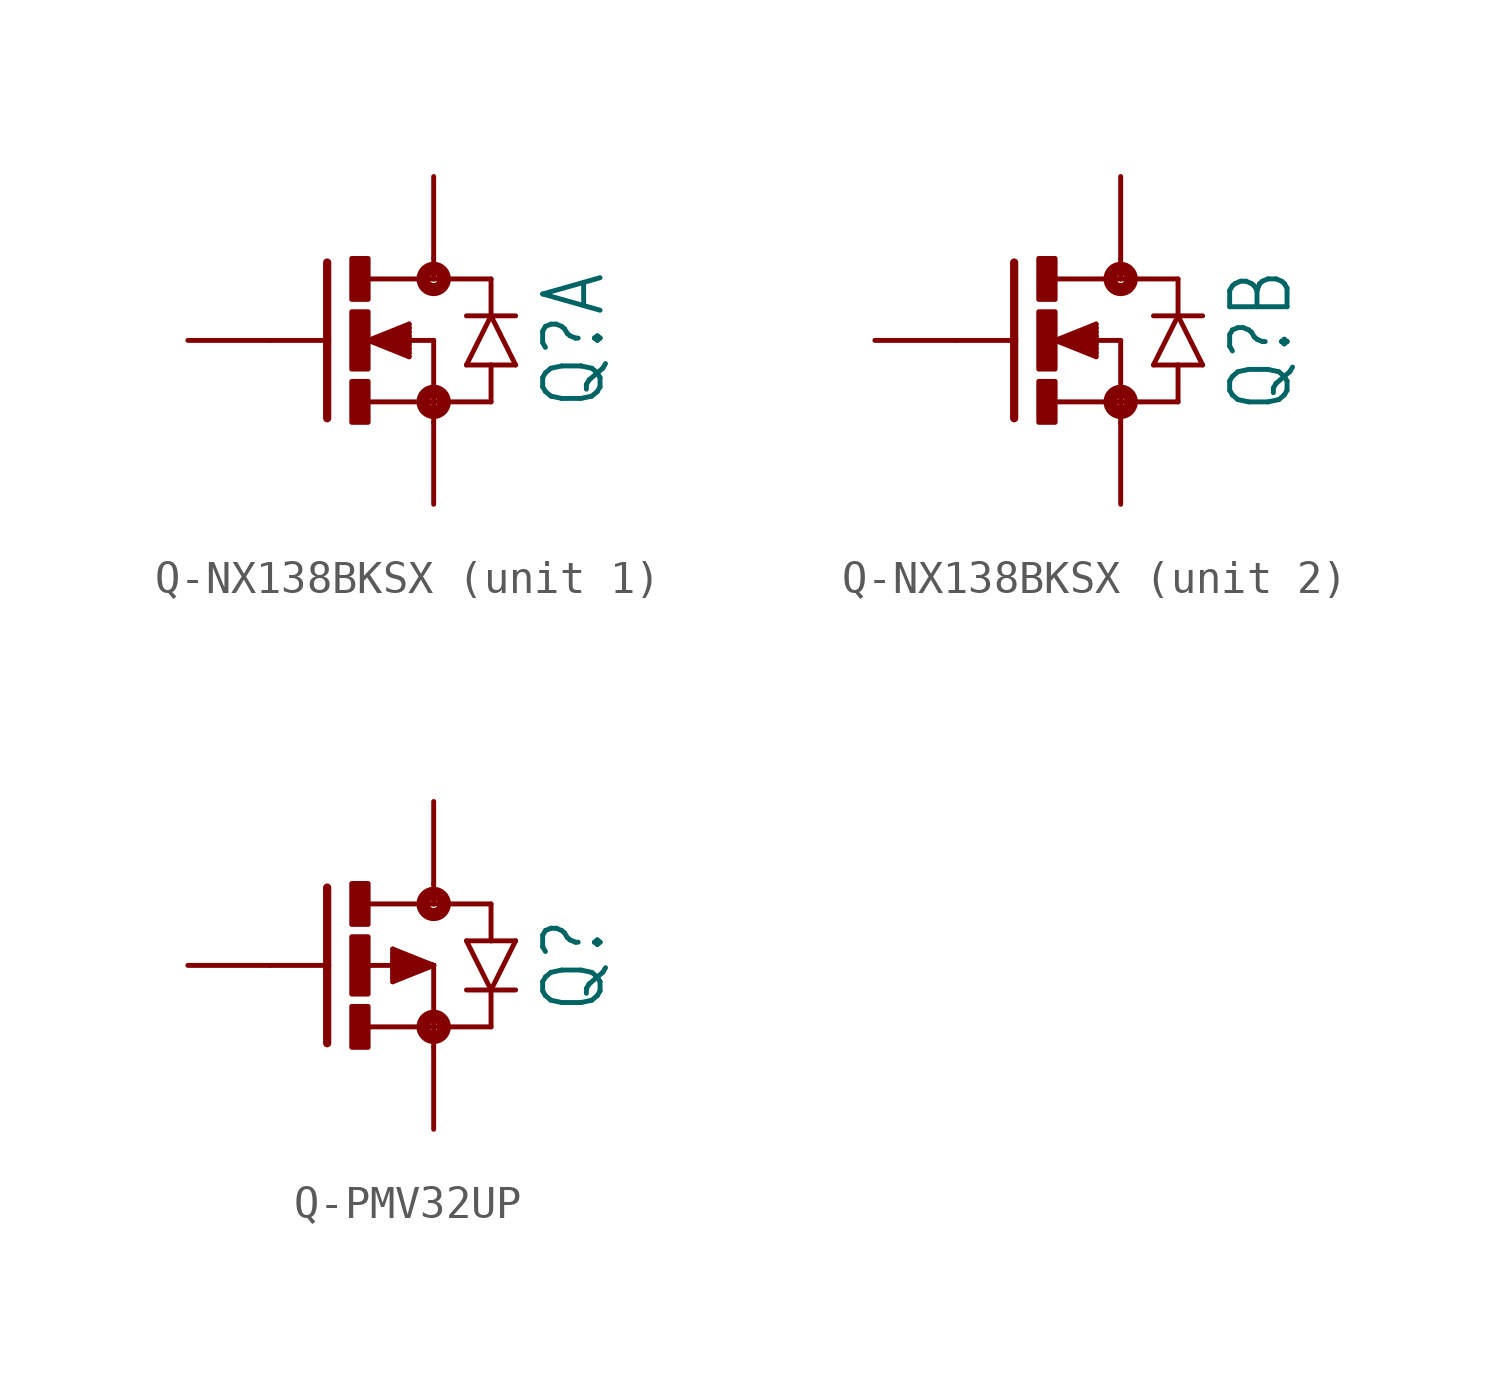
<source format=kicad_sym>
(kicad_symbol_lib
  (version 20231120)
  (generator "kicad_symbol_editor")
  (generator_version "8.0")
  (symbol "Q-NX138BKSX"
    (property "Reference" "Q"
      (at 5.842 0 90)
      (effects (font (size 1.778 1.511)) (justify top)))
    (property "Value" ""
      (at 8.382 0 90)
      (effects (font (size 1.778 1.511)) (justify top)))
    (property "ki_locked" ""
      (at 0 0 0)
      (effects (font (size 1.27 1.27))))
    (symbol "Q-NX138BKSX_1_0"
      (rectangle (start 0 -2.54) (end 0.508 -1.27) (stroke (width 0) (type default)) (fill (type outline)))
      (rectangle (start 0 -0.889) (end 0.508 0.889) (stroke (width 0) (type default)) (fill (type outline)))
      (polyline (pts (xy -0.762 0) (xy -2.54 0)) (stroke (width 0.152) (type solid)) (fill (type none)))
      (polyline (pts (xy -0.762 0) (xy -0.762 -2.413)) (stroke (width 0.254) (type solid)) (fill (type none)))
      (polyline (pts (xy -0.762 2.413) (xy -0.762 0)) (stroke (width 0.254) (type solid)) (fill (type none)))
      (polyline (pts (xy 0.508 -1.905) (xy 2.54 -1.905)) (stroke (width 0.152) (type solid)) (fill (type none)))
      (polyline (pts (xy 0.508 0) (xy 1.778 -0.508)) (stroke (width 0.152) (type solid)) (fill (type none)))
      (polyline (pts (xy 0.508 0) (xy 1.778 -0.381)) (stroke (width 0.152) (type solid)) (fill (type none)))
      (polyline (pts (xy 0.508 0) (xy 1.778 -0.254)) (stroke (width 0.152) (type solid)) (fill (type none)))
      (polyline (pts (xy 0.508 0) (xy 1.778 -0.127)) (stroke (width 0.152) (type solid)) (fill (type none)))
      (polyline (pts (xy 0.508 0) (xy 1.778 0.127)) (stroke (width 0.152) (type solid)) (fill (type none)))
      (polyline (pts (xy 0.508 0) (xy 1.778 0.254)) (stroke (width 0.152) (type solid)) (fill (type none)))
      (polyline (pts (xy 0.508 0) (xy 1.778 0.381)) (stroke (width 0.152) (type solid)) (fill (type none)))
      (polyline (pts (xy 0.508 0) (xy 1.778 0.508)) (stroke (width 0.152) (type solid)) (fill (type none)))
      (polyline (pts (xy 1.778 -0.381) (xy 1.778 -0.508)) (stroke (width 0.152) (type solid)) (fill (type none)))
      (polyline (pts (xy 1.778 -0.254) (xy 1.778 -0.381)) (stroke (width 0.152) (type solid)) (fill (type none)))
      (polyline (pts (xy 1.778 -0.127) (xy 1.778 -0.254)) (stroke (width 0.152) (type solid)) (fill (type none)))
      (polyline (pts (xy 1.778 0.127) (xy 1.778 -0.127)) (stroke (width 0.152) (type solid)) (fill (type none)))
      (polyline (pts (xy 1.778 0.254) (xy 1.778 0.127)) (stroke (width 0.152) (type solid)) (fill (type none)))
      (polyline (pts (xy 1.778 0.381) (xy 1.778 0.254)) (stroke (width 0.152) (type solid)) (fill (type none)))
      (polyline (pts (xy 1.778 0.508) (xy 1.778 0.381)) (stroke (width 0.152) (type solid)) (fill (type none)))
      (polyline (pts (xy 2.54 -1.905) (xy 2.54 -2.54)) (stroke (width 0.152) (type solid)) (fill (type none)))
      (polyline (pts (xy 2.54 0) (xy 0.508 0)) (stroke (width 0.152) (type solid)) (fill (type none)))
      (polyline (pts (xy 2.54 0) (xy 2.54 -1.905)) (stroke (width 0.152) (type solid)) (fill (type none)))
      (polyline (pts (xy 2.54 1.905) (xy 0.533 1.905)) (stroke (width 0.152) (type solid)) (fill (type none)))
      (polyline (pts (xy 2.54 2.54) (xy 2.54 1.905)) (stroke (width 0.152) (type solid)) (fill (type none)))
      (polyline (pts (xy 3.556 -0.762) (xy 4.318 -0.762)) (stroke (width 0.152) (type solid)) (fill (type none)))
      (polyline (pts (xy 3.556 0.762) (xy 4.318 0.762)) (stroke (width 0.152) (type solid)) (fill (type none)))
      (polyline (pts (xy 4.318 -1.905) (xy 2.54 -1.905)) (stroke (width 0.152) (type solid)) (fill (type none)))
      (polyline (pts (xy 4.318 -1.905) (xy 4.318 -0.762)) (stroke (width 0.152) (type solid)) (fill (type none)))
      (polyline (pts (xy 4.318 -0.762) (xy 5.08 -0.762)) (stroke (width 0.152) (type solid)) (fill (type none)))
      (polyline (pts (xy 4.318 0.762) (xy 3.556 -0.762)) (stroke (width 0.152) (type solid)) (fill (type none)))
      (polyline (pts (xy 4.318 0.762) (xy 5.08 0.762)) (stroke (width 0.152) (type solid)) (fill (type none)))
      (polyline (pts (xy 4.318 1.905) (xy 2.54 1.905)) (stroke (width 0.152) (type solid)) (fill (type none)))
      (polyline (pts (xy 4.318 1.905) (xy 4.318 0.762)) (stroke (width 0.152) (type solid)) (fill (type none)))
      (polyline (pts (xy 5.08 -0.762) (xy 4.318 0.762)) (stroke (width 0.152) (type solid)) (fill (type none)))
      (rectangle (start 0 1.27) (end 0.508 2.54) (stroke (width 0) (type default)) (fill (type outline)))
      (circle (center 2.54 -1.905) (radius 0.127) (stroke (width 0.406) (type solid)) (fill (type none)))
      (circle (center 2.54 1.905) (radius 0.127) (stroke (width 0.406) (type solid)) (fill (type none)))
      (pin passive line (at 2.54 -5.08 90) (length 2.54) (name "S" (effects (font (size 0 0)))) (number "1" (effects (font (size 0 0)))))
      (pin passive line (at -5.08 0 0) (length 2.54) (name "G" (effects (font (size 0 0)))) (number "2" (effects (font (size 0 0)))))
      (pin passive line (at 2.54 5.08 270) (length 2.54) (name "D" (effects (font (size 0 0)))) (number "6" (effects (font (size 0 0))))))
    (symbol "Q-NX138BKSX_2_0"
      (rectangle (start 0 -2.54) (end 0.508 -1.27) (stroke (width 0) (type default)) (fill (type outline)))
      (rectangle (start 0 -0.889) (end 0.508 0.889) (stroke (width 0) (type default)) (fill (type outline)))
      (polyline (pts (xy -0.762 0) (xy -2.54 0)) (stroke (width 0.152) (type solid)) (fill (type none)))
      (polyline (pts (xy -0.762 0) (xy -0.762 -2.413)) (stroke (width 0.254) (type solid)) (fill (type none)))
      (polyline (pts (xy -0.762 2.413) (xy -0.762 0)) (stroke (width 0.254) (type solid)) (fill (type none)))
      (polyline (pts (xy 0.508 -1.905) (xy 2.54 -1.905)) (stroke (width 0.152) (type solid)) (fill (type none)))
      (polyline (pts (xy 0.508 0) (xy 1.778 -0.508)) (stroke (width 0.152) (type solid)) (fill (type none)))
      (polyline (pts (xy 0.508 0) (xy 1.778 -0.381)) (stroke (width 0.152) (type solid)) (fill (type none)))
      (polyline (pts (xy 0.508 0) (xy 1.778 -0.254)) (stroke (width 0.152) (type solid)) (fill (type none)))
      (polyline (pts (xy 0.508 0) (xy 1.778 -0.127)) (stroke (width 0.152) (type solid)) (fill (type none)))
      (polyline (pts (xy 0.508 0) (xy 1.778 0.127)) (stroke (width 0.152) (type solid)) (fill (type none)))
      (polyline (pts (xy 0.508 0) (xy 1.778 0.254)) (stroke (width 0.152) (type solid)) (fill (type none)))
      (polyline (pts (xy 0.508 0) (xy 1.778 0.381)) (stroke (width 0.152) (type solid)) (fill (type none)))
      (polyline (pts (xy 0.508 0) (xy 1.778 0.508)) (stroke (width 0.152) (type solid)) (fill (type none)))
      (polyline (pts (xy 1.778 -0.381) (xy 1.778 -0.508)) (stroke (width 0.152) (type solid)) (fill (type none)))
      (polyline (pts (xy 1.778 -0.254) (xy 1.778 -0.381)) (stroke (width 0.152) (type solid)) (fill (type none)))
      (polyline (pts (xy 1.778 -0.127) (xy 1.778 -0.254)) (stroke (width 0.152) (type solid)) (fill (type none)))
      (polyline (pts (xy 1.778 0.127) (xy 1.778 -0.127)) (stroke (width 0.152) (type solid)) (fill (type none)))
      (polyline (pts (xy 1.778 0.254) (xy 1.778 0.127)) (stroke (width 0.152) (type solid)) (fill (type none)))
      (polyline (pts (xy 1.778 0.381) (xy 1.778 0.254)) (stroke (width 0.152) (type solid)) (fill (type none)))
      (polyline (pts (xy 1.778 0.508) (xy 1.778 0.381)) (stroke (width 0.152) (type solid)) (fill (type none)))
      (polyline (pts (xy 2.54 -1.905) (xy 2.54 -2.54)) (stroke (width 0.152) (type solid)) (fill (type none)))
      (polyline (pts (xy 2.54 0) (xy 0.508 0)) (stroke (width 0.152) (type solid)) (fill (type none)))
      (polyline (pts (xy 2.54 0) (xy 2.54 -1.905)) (stroke (width 0.152) (type solid)) (fill (type none)))
      (polyline (pts (xy 2.54 1.905) (xy 0.533 1.905)) (stroke (width 0.152) (type solid)) (fill (type none)))
      (polyline (pts (xy 2.54 2.54) (xy 2.54 1.905)) (stroke (width 0.152) (type solid)) (fill (type none)))
      (polyline (pts (xy 3.556 -0.762) (xy 4.318 -0.762)) (stroke (width 0.152) (type solid)) (fill (type none)))
      (polyline (pts (xy 3.556 0.762) (xy 4.318 0.762)) (stroke (width 0.152) (type solid)) (fill (type none)))
      (polyline (pts (xy 4.318 -1.905) (xy 2.54 -1.905)) (stroke (width 0.152) (type solid)) (fill (type none)))
      (polyline (pts (xy 4.318 -1.905) (xy 4.318 -0.762)) (stroke (width 0.152) (type solid)) (fill (type none)))
      (polyline (pts (xy 4.318 -0.762) (xy 5.08 -0.762)) (stroke (width 0.152) (type solid)) (fill (type none)))
      (polyline (pts (xy 4.318 0.762) (xy 3.556 -0.762)) (stroke (width 0.152) (type solid)) (fill (type none)))
      (polyline (pts (xy 4.318 0.762) (xy 5.08 0.762)) (stroke (width 0.152) (type solid)) (fill (type none)))
      (polyline (pts (xy 4.318 1.905) (xy 2.54 1.905)) (stroke (width 0.152) (type solid)) (fill (type none)))
      (polyline (pts (xy 4.318 1.905) (xy 4.318 0.762)) (stroke (width 0.152) (type solid)) (fill (type none)))
      (polyline (pts (xy 5.08 -0.762) (xy 4.318 0.762)) (stroke (width 0.152) (type solid)) (fill (type none)))
      (rectangle (start 0 1.27) (end 0.508 2.54) (stroke (width 0) (type default)) (fill (type outline)))
      (circle (center 2.54 -1.905) (radius 0.127) (stroke (width 0.406) (type solid)) (fill (type none)))
      (circle (center 2.54 1.905) (radius 0.127) (stroke (width 0.406) (type solid)) (fill (type none)))
      (pin passive line (at 2.54 5.08 270) (length 2.54) (name "D" (effects (font (size 0 0)))) (number "3" (effects (font (size 0 0)))))
      (pin passive line (at 2.54 -5.08 90) (length 2.54) (name "S" (effects (font (size 0 0)))) (number "4" (effects (font (size 0 0)))))
      (pin passive line (at -5.08 0 0) (length 2.54) (name "G" (effects (font (size 0 0)))) (number "5" (effects (font (size 0 0)))))))
  (symbol "Q-PMV32UP"
    (property "Reference" "Q"
      (at 5.842 0 90)
      (effects (font (size 1.778 1.511)) (justify top)))
    (property "Value" ""
      (at 8.382 0 90)
      (effects (font (size 1.778 1.511)) (justify top)))
    (property "ki_locked" ""
      (at 0 0 0)
      (effects (font (size 1.27 1.27))))
    (symbol "Q-PMV32UP_1_0"
      (rectangle (start 0 -2.54) (end 0.508 -1.27) (stroke (width 0) (type default)) (fill (type outline)))
      (rectangle (start 0 -0.889) (end 0.508 0.889) (stroke (width 0) (type default)) (fill (type outline)))
      (polyline (pts (xy -0.762 0) (xy -2.54 0)) (stroke (width 0.152) (type solid)) (fill (type none)))
      (polyline (pts (xy -0.762 0) (xy -0.762 -2.413)) (stroke (width 0.254) (type solid)) (fill (type none)))
      (polyline (pts (xy -0.762 2.413) (xy -0.762 0)) (stroke (width 0.254) (type solid)) (fill (type none)))
      (polyline (pts (xy 0.508 -1.905) (xy 2.54 -1.905)) (stroke (width 0.152) (type solid)) (fill (type none)))
      (polyline (pts (xy 1.27 -0.508) (xy 2.54 0)) (stroke (width 0.152) (type solid)) (fill (type none)))
      (polyline (pts (xy 1.27 -0.381) (xy 1.27 -0.508)) (stroke (width 0.152) (type solid)) (fill (type none)))
      (polyline (pts (xy 1.27 -0.254) (xy 1.27 -0.381)) (stroke (width 0.152) (type solid)) (fill (type none)))
      (polyline (pts (xy 1.27 -0.127) (xy 1.27 -0.254)) (stroke (width 0.152) (type solid)) (fill (type none)))
      (polyline (pts (xy 1.27 0.127) (xy 1.27 -0.127)) (stroke (width 0.152) (type solid)) (fill (type none)))
      (polyline (pts (xy 1.27 0.254) (xy 1.27 0.127)) (stroke (width 0.152) (type solid)) (fill (type none)))
      (polyline (pts (xy 1.27 0.381) (xy 1.27 0.254)) (stroke (width 0.152) (type solid)) (fill (type none)))
      (polyline (pts (xy 1.27 0.508) (xy 1.27 0.381)) (stroke (width 0.152) (type solid)) (fill (type none)))
      (polyline (pts (xy 1.27 0.508) (xy 2.54 0)) (stroke (width 0.152) (type solid)) (fill (type none)))
      (polyline (pts (xy 2.54 -1.905) (xy 2.54 -2.54)) (stroke (width 0.152) (type solid)) (fill (type none)))
      (polyline (pts (xy 2.54 0) (xy 0.508 0)) (stroke (width 0.152) (type solid)) (fill (type none)))
      (polyline (pts (xy 2.54 0) (xy 1.27 -0.381)) (stroke (width 0.152) (type solid)) (fill (type none)))
      (polyline (pts (xy 2.54 0) (xy 1.27 -0.254)) (stroke (width 0.152) (type solid)) (fill (type none)))
      (polyline (pts (xy 2.54 0) (xy 1.27 -0.127)) (stroke (width 0.152) (type solid)) (fill (type none)))
      (polyline (pts (xy 2.54 0) (xy 1.27 0.127)) (stroke (width 0.152) (type solid)) (fill (type none)))
      (polyline (pts (xy 2.54 0) (xy 1.27 0.254)) (stroke (width 0.152) (type solid)) (fill (type none)))
      (polyline (pts (xy 2.54 0) (xy 1.27 0.381)) (stroke (width 0.152) (type solid)) (fill (type none)))
      (polyline (pts (xy 2.54 0) (xy 2.54 -1.905)) (stroke (width 0.152) (type solid)) (fill (type none)))
      (polyline (pts (xy 2.54 1.905) (xy 0.533 1.905)) (stroke (width 0.152) (type solid)) (fill (type none)))
      (polyline (pts (xy 2.54 2.54) (xy 2.54 1.905)) (stroke (width 0.152) (type solid)) (fill (type none)))
      (polyline (pts (xy 3.556 0.762) (xy 4.318 -0.762)) (stroke (width 0.152) (type solid)) (fill (type none)))
      (polyline (pts (xy 4.318 -1.905) (xy 2.54 -1.905)) (stroke (width 0.152) (type solid)) (fill (type none)))
      (polyline (pts (xy 4.318 -1.905) (xy 4.318 -0.762)) (stroke (width 0.152) (type solid)) (fill (type none)))
      (polyline (pts (xy 4.318 -0.762) (xy 3.556 -0.762)) (stroke (width 0.152) (type solid)) (fill (type none)))
      (polyline (pts (xy 4.318 -0.762) (xy 5.08 0.762)) (stroke (width 0.152) (type solid)) (fill (type none)))
      (polyline (pts (xy 4.318 0.762) (xy 3.556 0.762)) (stroke (width 0.152) (type solid)) (fill (type none)))
      (polyline (pts (xy 4.318 1.905) (xy 2.54 1.905)) (stroke (width 0.152) (type solid)) (fill (type none)))
      (polyline (pts (xy 4.318 1.905) (xy 4.318 0.762)) (stroke (width 0.152) (type solid)) (fill (type none)))
      (polyline (pts (xy 5.08 -0.762) (xy 4.318 -0.762)) (stroke (width 0.152) (type solid)) (fill (type none)))
      (polyline (pts (xy 5.08 0.762) (xy 4.318 0.762)) (stroke (width 0.152) (type solid)) (fill (type none)))
      (rectangle (start 0 1.27) (end 0.508 2.54) (stroke (width 0) (type default)) (fill (type outline)))
      (circle (center 2.54 -1.905) (radius 0.127) (stroke (width 0.406) (type solid)) (fill (type none)))
      (circle (center 2.54 1.905) (radius 0.127) (stroke (width 0.406) (type solid)) (fill (type none)))
      (pin passive line (at -5.08 0 0) (length 2.54) (name "G" (effects (font (size 0 0)))) (number "1" (effects (font (size 0 0)))))
      (pin passive line (at 2.54 -5.08 90) (length 2.54) (name "S" (effects (font (size 0 0)))) (number "2" (effects (font (size 0 0)))))
      (pin passive line (at 2.54 5.08 270) (length 2.54) (name "D" (effects (font (size 0 0)))) (number "3" (effects (font (size 0 0))))))))
</source>
